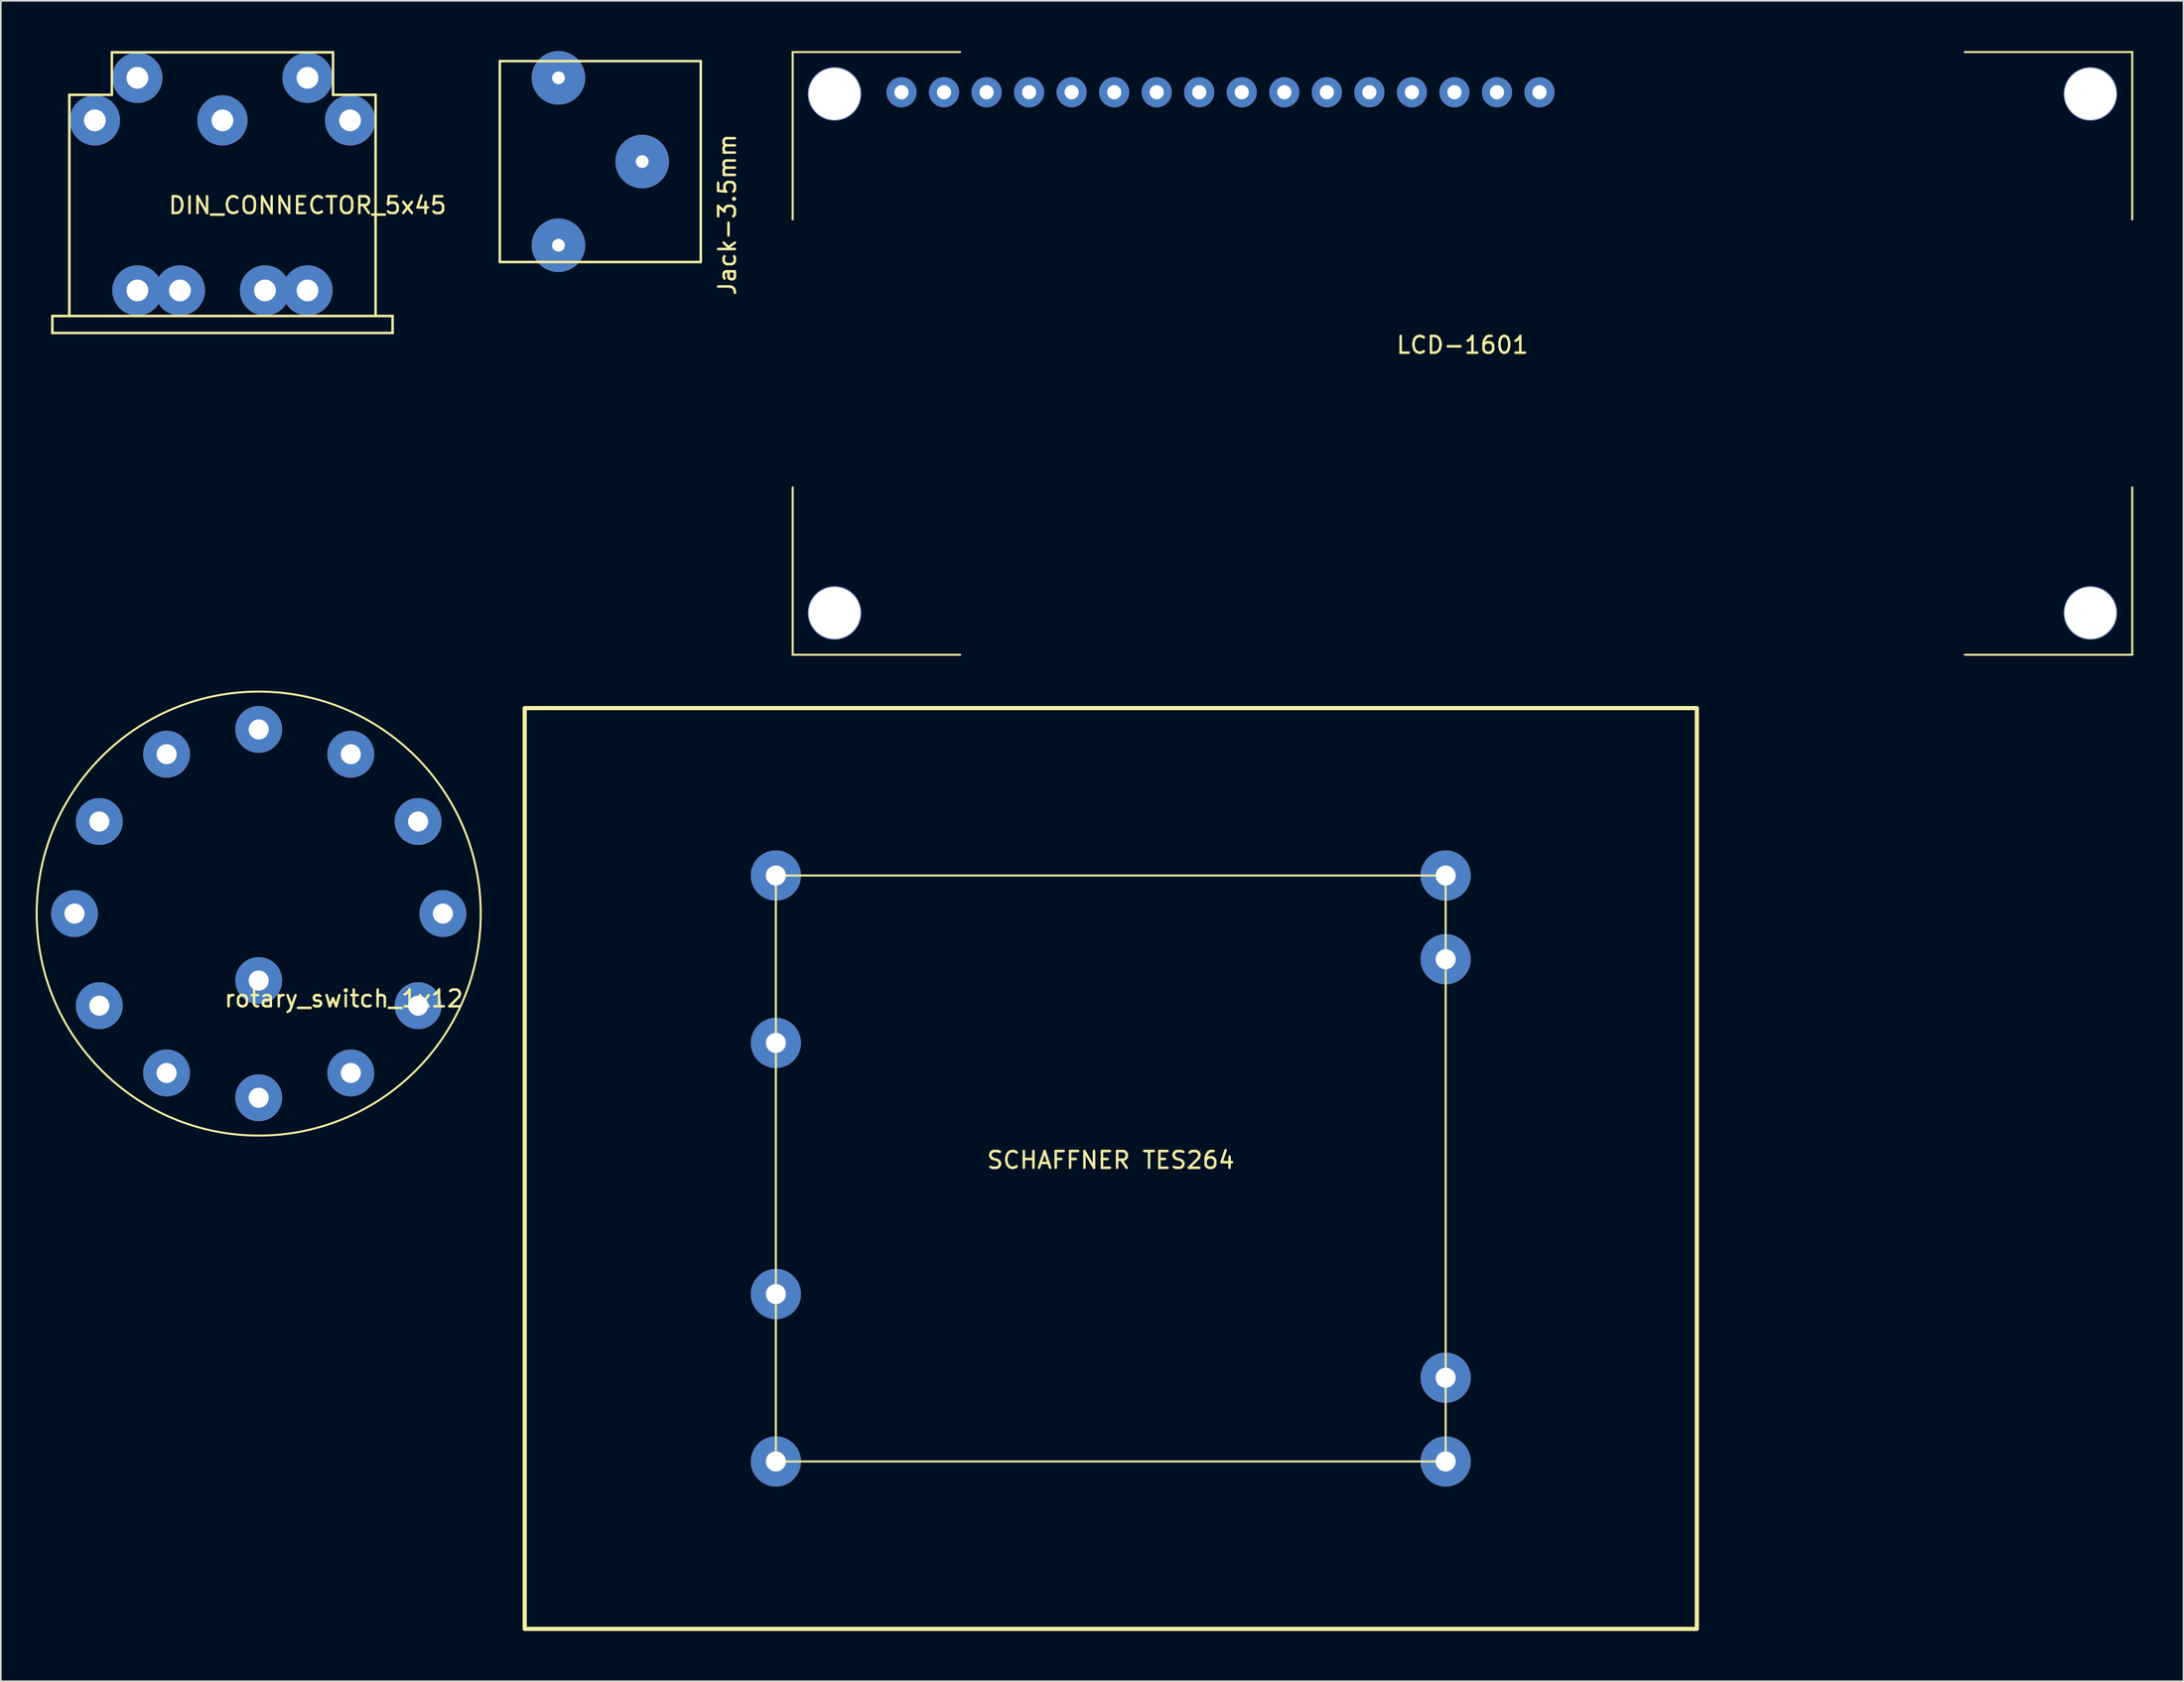
<source format=kicad_pcb>
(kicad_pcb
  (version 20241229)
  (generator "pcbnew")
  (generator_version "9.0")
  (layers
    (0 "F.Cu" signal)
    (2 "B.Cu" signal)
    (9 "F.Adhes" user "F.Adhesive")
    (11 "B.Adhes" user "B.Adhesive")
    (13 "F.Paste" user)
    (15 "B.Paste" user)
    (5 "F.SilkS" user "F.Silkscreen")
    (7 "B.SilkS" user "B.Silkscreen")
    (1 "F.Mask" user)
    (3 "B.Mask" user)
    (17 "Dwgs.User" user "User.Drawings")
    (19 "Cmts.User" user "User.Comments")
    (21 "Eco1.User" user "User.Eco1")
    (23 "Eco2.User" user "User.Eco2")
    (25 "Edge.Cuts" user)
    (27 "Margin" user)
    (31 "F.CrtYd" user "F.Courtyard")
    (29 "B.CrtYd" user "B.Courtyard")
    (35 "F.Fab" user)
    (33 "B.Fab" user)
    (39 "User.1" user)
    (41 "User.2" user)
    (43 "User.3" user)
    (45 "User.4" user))
  (footprint "SCHAFFNER TES264"
    (layer "F.Cu")
    (at 63.285 66.745)
    (property "Reference" "SCHAFFNER TES264" (at 0 -0.5 0) (unlocked yes) (layer "F.SilkS") (effects (font (size 1 1) (thickness 0.15))))
    (attr through_hole)
    (fp_rect (start -35 -27.5) (end 35 27.5) (stroke (width 0.25) (type solid)) (fill no) (layer "F.SilkS"))
    (fp_rect (start -20 -17.5) (end 20 17.5) (stroke (width 0.12) (type solid)) (fill no) (layer "F.SilkS"))
    (pad "1" thru_hole circle (at -20 -17.5) (size 3 3) (drill 1.2) (layers "*.Cu" "*.Mask"))
    (pad "2" thru_hole circle (at -20 -7.5) (size 3 3) (drill 1.2) (layers "*.Cu" "*.Mask"))
    (pad "3" thru_hole circle (at -20 7.5) (size 3 3) (drill 1.2) (layers "*.Cu" "*.Mask"))
    (pad "4" thru_hole circle (at -20 17.5) (size 3 3) (drill 1.2) (layers "*.Cu" "*.Mask"))
    (pad "5" thru_hole circle (at 20 -17.5) (size 3 3) (drill 1.2) (layers "*.Cu" "*.Mask"))
    (pad "6" thru_hole circle (at 20 -12.5) (size 3 3) (drill 1.2) (layers "*.Cu" "*.Mask"))
    (pad "7" thru_hole circle (at 20 12.5) (size 3 3) (drill 1.2) (layers "*.Cu" "*.Mask"))
    (pad "8" thru_hole circle (at 20 17.5) (size 3 3) (drill 1.2) (layers "*.Cu" "*.Mask")))
  (footprint "LCD-1601"
    (layer "F.Cu")
    (at 84.289 18.06)
    (property "Reference" "LCD-1601" (at 0 -0.5 0) (unlocked yes) (layer "F.SilkS") (effects (font (size 1 1) (thickness 0.15))))
    (attr through_hole)
    (fp_line (start -40 -18) (end -30 -18) (stroke (width 0.12) (type default)) (layer "F.SilkS"))
    (fp_line (start -40 -8) (end -40 -18) (stroke (width 0.12) (type default)) (layer "F.SilkS"))
    (fp_line (start -40 8) (end -40 18) (stroke (width 0.12) (type default)) (layer "F.SilkS"))
    (fp_line (start -40 18) (end -30 18) (stroke (width 0.12) (type default)) (layer "F.SilkS"))
    (fp_line (start 30 -18) (end 40 -18) (stroke (width 0.12) (type default)) (layer "F.SilkS"))
    (fp_line (start 30 18) (end 40 18) (stroke (width 0.12) (type default)) (layer "F.SilkS"))
    (fp_line (start 40 -18) (end 40 -8) (stroke (width 0.12) (type default)) (layer "F.SilkS"))
    (fp_line (start 40 18) (end 40 8) (stroke (width 0.12) (type default)) (layer "F.SilkS"))
    (pad "" np_thru_hole circle (at -37.5 -15.5) (size 3.2 3.2) (drill 3.1) (layers "*.Cu" "*.Mask"))
    (pad "" np_thru_hole circle (at -37.5 15.5) (size 3.2 3.2) (drill 3.1) (layers "*.Cu" "*.Mask"))
    (pad "" np_thru_hole circle (at 37.5 -15.5) (size 3.2 3.2) (drill 3.1) (layers "*.Cu" "*.Mask"))
    (pad "" np_thru_hole circle (at 37.5 15.5) (size 3.2 3.2) (drill 3.1) (layers "*.Cu" "*.Mask"))
    (pad "1" thru_hole circle (at -33.5 -15.6) (size 1.8 1.8) (drill 0.85) (layers "*.Cu" "*.Mask"))
    (pad "2" thru_hole circle (at -30.96 -15.6) (size 1.8 1.8) (drill 0.85) (layers "*.Cu" "*.Mask"))
    (pad "3" thru_hole circle (at -28.42 -15.6) (size 1.8 1.8) (drill 0.85) (layers "*.Cu" "*.Mask"))
    (pad "4" thru_hole circle (at -25.88 -15.6) (size 1.8 1.8) (drill 0.85) (layers "*.Cu" "*.Mask"))
    (pad "5" thru_hole circle (at -23.34 -15.6) (size 1.8 1.8) (drill 0.85) (layers "*.Cu" "*.Mask"))
    (pad "6" thru_hole circle (at -20.8 -15.6) (size 1.8 1.8) (drill 0.85) (layers "*.Cu" "*.Mask"))
    (pad "7" thru_hole circle (at -18.26 -15.6) (size 1.8 1.8) (drill 0.85) (layers "*.Cu" "*.Mask"))
    (pad "8" thru_hole circle (at -15.72 -15.6) (size 1.8 1.8) (drill 0.85) (layers "*.Cu" "*.Mask"))
    (pad "9" thru_hole circle (at -13.18 -15.6) (size 1.8 1.8) (drill 0.85) (layers "*.Cu" "*.Mask"))
    (pad "10" thru_hole circle (at -10.64 -15.6) (size 1.8 1.8) (drill 0.85) (layers "*.Cu" "*.Mask"))
    (pad "11" thru_hole circle (at -8.1 -15.6) (size 1.8 1.8) (drill 0.85) (layers "*.Cu" "*.Mask"))
    (pad "12" thru_hole circle (at -5.56 -15.6) (size 1.8 1.8) (drill 0.85) (layers "*.Cu" "*.Mask"))
    (pad "13" thru_hole circle (at -3.02 -15.6) (size 1.8 1.8) (drill 0.85) (layers "*.Cu" "*.Mask"))
    (pad "14" thru_hole circle (at -0.48 -15.6) (size 1.8 1.8) (drill 0.85) (layers "*.Cu" "*.Mask"))
    (pad "15" thru_hole circle (at 2.06 -15.6) (size 1.8 1.8) (drill 0.85) (layers "*.Cu" "*.Mask"))
    (pad "16" thru_hole circle (at 4.6 -15.6) (size 1.8 1.8) (drill 0.85) (layers "*.Cu" "*.Mask")))
  (footprint "rotary_switch_1x12"
    (layer "F.Cu")
    (at 12.4 51.52)
    (property "Reference" "rotary_switch_1x12" (at 5.08 5.08 0) (layer "F.SilkS") (effects (font (size 1 1) (thickness 0.15))))
    (attr through_hole)
    (fp_arc (start 12.7 3.81) (mid -12.7 -3.81) (end 12.7 3.81) (stroke (width 0.12) (type solid)) (layer "F.SilkS"))
    (pad "1" thru_hole circle (at 5.5 9.52) (size 2.8 2.8) (drill 1.2) (layers "*.Cu" "*.Mask"))
    (pad "2" thru_hole circle (at 0 11) (size 2.8 2.8) (drill 1.2) (layers "*.Cu" "*.Mask"))
    (pad "3" thru_hole circle (at -5.5 9.52) (size 2.8 2.8) (drill 1.2) (layers "*.Cu" "*.Mask"))
    (pad "4" thru_hole circle (at -9.52 5.5) (size 2.8 2.8) (drill 1.2) (layers "*.Cu" "*.Mask"))
    (pad "5" thru_hole circle (at -11 0) (size 2.8 2.8) (drill 1.2) (layers "*.Cu" "*.Mask"))
    (pad "6" thru_hole circle (at -9.52 -5.5) (size 2.8 2.8) (drill 1.2) (layers "*.Cu" "*.Mask"))
    (pad "7" thru_hole circle (at -5.5 -9.52) (size 2.8 2.8) (drill 1.2) (layers "*.Cu" "*.Mask"))
    (pad "8" thru_hole circle (at 0 -11) (size 2.8 2.8) (drill 1.2) (layers "*.Cu" "*.Mask"))
    (pad "9" thru_hole circle (at 5.5 -9.52) (size 2.8 2.8) (drill 1.2) (layers "*.Cu" "*.Mask"))
    (pad "10" thru_hole circle (at 9.52 -5.5) (size 2.8 2.8) (drill 1.2) (layers "*.Cu" "*.Mask"))
    (pad "11" thru_hole circle (at 11 0) (size 2.8 2.8) (drill 1.2) (layers "*.Cu" "*.Mask"))
    (pad "12" thru_hole circle (at 9.52 5.5) (size 2.8 2.8) (drill 1.2) (layers "*.Cu" "*.Mask"))
    (pad "13" thru_hole circle (at 0 4) (size 2.8 2.8) (drill 1.2) (layers "*.Cu" "*.Mask")))
  (footprint "Jack-3.5mm"
    (layer "F.Cu")
    (at 35.301 6.6)
    (property "Reference" "Jack-3.5mm" (at 5.08 3.175 90) (layer "F.SilkS") (effects (font (size 1 1) (thickness 0.15))))
    (attr through_hole)
    (fp_line (start -8.5 -6) (end -8.5 6) (stroke (width 0.15) (type solid)) (layer "F.SilkS"))
    (fp_line (start 3.5 -6) (end -8.5 -6) (stroke (width 0.15) (type solid)) (layer "F.SilkS"))
    (fp_line (start 3.5 -6) (end 3.5 6) (stroke (width 0.15) (type solid)) (layer "F.SilkS"))
    (fp_line (start 3.5 6) (end -8.5 6) (stroke (width 0.15) (type solid)) (layer "F.SilkS"))
    (pad "1" thru_hole circle (at -5 -5) (size 3.2 3.2) (drill 0.762) (layers "*.Cu" "*.Mask"))
    (pad "2" thru_hole circle (at -5 5) (size 3.2 3.2) (drill 0.762) (layers "*.Cu" "*.Mask"))
    (pad "3" thru_hole circle (at 0 0) (size 3.2 3.2) (drill 0.762) (layers "*.Cu" "*.Mask")))
  (footprint "DIN_CONNECTOR_5x45"
    (layer "F.Cu")
    (at 10.235 4.139)
    (property "Reference" "DIN_CONNECTOR_5x45" (at 5.08 5.08 0) (layer "F.SilkS") (effects (font (size 1 1) (thickness 0.15))))
    (attr through_hole)
    (fp_line (start -10.16 11.684) (end -10.16 12.7) (stroke (width 0.15) (type solid)) (layer "F.SilkS"))
    (fp_line (start -9.652 11.684) (end -10.16 11.684) (stroke (width 0.15) (type solid)) (layer "F.SilkS"))
    (fp_line (start -9.652 11.684) (end 10.16 11.684) (stroke (width 0.15) (type solid)) (layer "F.SilkS"))
    (fp_line (start -9.144 -1.524) (end -6.604 -1.524) (stroke (width 0.15) (type solid)) (layer "F.SilkS"))
    (fp_line (start -9.144 2.032) (end -9.144 -1.524) (stroke (width 0.15) (type solid)) (layer "F.SilkS"))
    (fp_line (start -9.144 11.684) (end -9.144 2.032) (stroke (width 0.15) (type solid)) (layer "F.SilkS"))
    (fp_line (start -6.604 -4.064) (end 6.604 -4.064) (stroke (width 0.15) (type solid)) (layer "F.SilkS"))
    (fp_line (start -6.604 -1.524) (end -6.604 -4.064) (stroke (width 0.15) (type solid)) (layer "F.SilkS"))
    (fp_line (start 6.604 -4.064) (end 6.604 -1.524) (stroke (width 0.15) (type solid)) (layer "F.SilkS"))
    (fp_line (start 6.604 -1.524) (end 9.144 -1.524) (stroke (width 0.15) (type solid)) (layer "F.SilkS"))
    (fp_line (start 9.144 -1.524) (end 9.144 2.032) (stroke (width 0.15) (type solid)) (layer "F.SilkS"))
    (fp_line (start 9.144 2.032) (end 9.144 11.684) (stroke (width 0.15) (type solid)) (layer "F.SilkS"))
    (fp_line (start 9.652 12.7) (end -10.16 12.7) (stroke (width 0.15) (type solid)) (layer "F.SilkS"))
    (fp_line (start 9.652 12.7) (end 10.16 12.7) (stroke (width 0.15) (type solid)) (layer "F.SilkS"))
    (fp_line (start 10.16 12.7) (end 10.16 11.684) (stroke (width 0.15) (type solid)) (layer "F.SilkS"))
    (pad "1" thru_hole circle (at 7.62 0) (size 3 3) (drill 1.3) (layers "*.Cu" "*.Mask"))
    (pad "2" thru_hole circle (at -5.08 10.16) (size 3 3) (drill 1.3) (layers "*.Cu" "*.Mask"))
    (pad "2" thru_hole circle (at -2.54 10.16) (size 3 3) (drill 1.3) (layers "*.Cu" "*.Mask"))
    (pad "2" thru_hole circle (at 0 0) (size 3 3) (drill 1.3) (layers "*.Cu" "*.Mask"))
    (pad "2" thru_hole circle (at 2.54 10.16) (size 3 3) (drill 1.3) (layers "*.Cu" "*.Mask"))
    (pad "2" thru_hole circle (at 5.08 10.16) (size 3 3) (drill 1.3) (layers "*.Cu" "*.Mask"))
    (pad "3" thru_hole circle (at -7.62 0) (size 3 3) (drill 1.3) (layers "*.Cu" "*.Mask"))
    (pad "4" thru_hole circle (at 5.08 -2.54) (size 3 3) (drill 1.3) (layers "*.Cu" "*.Mask"))
    (pad "5" thru_hole circle (at -5.08 -2.54) (size 3 3) (drill 1.3) (layers "*.Cu" "*.Mask")))
  (gr_rect
    (start -3 -3)
    (end 127.349 97.37)
    (stroke (width 0.1) (type default))
    (fill no)
    (layer "Edge.Cuts")))
</source>
